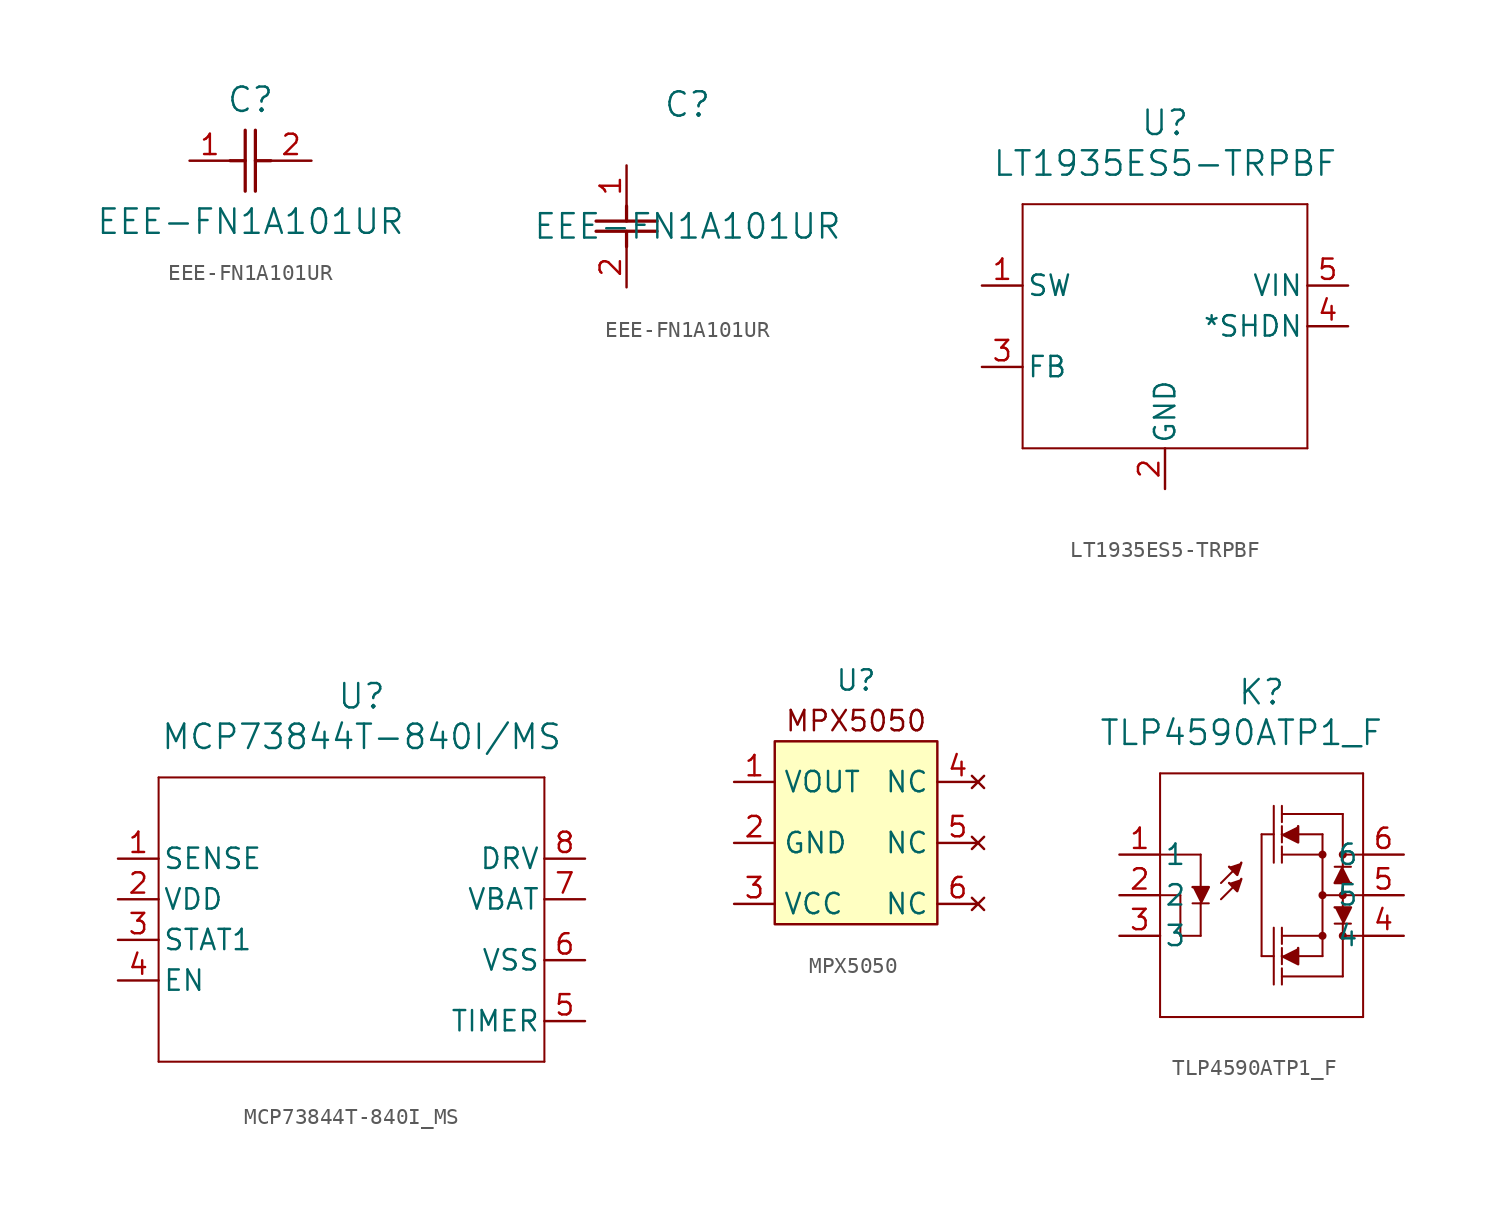
<source format=kicad_sym>
(kicad_symbol_lib
  (version 20220914)
  (generator kicad_symbol_editor)
  (symbol "EEE-FN1A101UR"
    (pin_names
      (offset 0.254))
    (property "Reference" "C"
      (at 3.81 3.81 0)
      (effects (font (size 1.524 1.524))))
    (property "Value" "EEE-FN1A101UR"
      (at 3.81 -3.81 0)
      (effects (font (size 1.524 1.524))))
    (property "ki_locked" ""
      (at 0 0 0)
      (effects (font (size 1.27 1.27))))
    (symbol "EEE-FN1A101UR_1_1"
      (polyline (pts (xy 2.54 0) (xy 3.48 0)) (stroke (width 0.203) (type default)) (fill (type none)))
      (polyline (pts (xy 3.48 -1.905) (xy 3.48 1.905)) (stroke (width 0.203) (type default)) (fill (type none)))
      (polyline (pts (xy 4.115 -1.905) (xy 4.115 1.905)) (stroke (width 0.203) (type default)) (fill (type none)))
      (polyline (pts (xy 4.115 0) (xy 5.08 0)) (stroke (width 0.203) (type default)) (fill (type none)))
      (pin unspecified line (at 0 0 0) (length 2.54) (name "" (effects (font (size 1.27 1.27)))) (number "1" (effects (font (size 1.27 1.27)))))
      (pin unspecified line (at 7.62 0 180) (length 2.54) (name "" (effects (font (size 1.27 1.27)))) (number "2" (effects (font (size 1.27 1.27))))))
    (symbol "EEE-FN1A101UR_1_2"
      (polyline (pts (xy -1.905 -4.115) (xy 1.905 -4.115)) (stroke (width 0.203) (type default)) (fill (type none)))
      (polyline (pts (xy -1.905 -3.48) (xy 1.905 -3.48)) (stroke (width 0.203) (type default)) (fill (type none)))
      (polyline (pts (xy 0 -4.115) (xy 0 -5.08)) (stroke (width 0.203) (type default)) (fill (type none)))
      (polyline (pts (xy 0 -2.54) (xy 0 -3.48)) (stroke (width 0.203) (type default)) (fill (type none)))
      (pin unspecified line (at 0 0 270) (length 2.54) (name "" (effects (font (size 1.27 1.27)))) (number "1" (effects (font (size 1.27 1.27)))))
      (pin unspecified line (at 0 -7.62 90) (length 2.54) (name "" (effects (font (size 1.27 1.27)))) (number "2" (effects (font (size 1.27 1.27)))))))
  (symbol "LT1935ES5-TRPBF"
    (pin_names
      (offset 0.254))
    (property "Reference" "U"
      (at 16.51 10.16 0)
      (effects (font (size 1.524 1.524))))
    (property "Value" "LT1935ES5-TRPBF"
      (at 16.51 7.62 0)
      (effects (font (size 1.524 1.524))))
    (property "ki_locked" ""
      (at 0 0 0)
      (effects (font (size 1.27 1.27))))
    (symbol "LT1935ES5-TRPBF_0_1"
      (polyline (pts (xy 7.62 -10.16) (xy 25.4 -10.16)) (stroke (width 0.127) (type default)) (fill (type none)))
      (polyline (pts (xy 7.62 5.08) (xy 7.62 -10.16)) (stroke (width 0.127) (type default)) (fill (type none)))
      (polyline (pts (xy 25.4 -10.16) (xy 25.4 5.08)) (stroke (width 0.127) (type default)) (fill (type none)))
      (polyline (pts (xy 25.4 5.08) (xy 7.62 5.08)) (stroke (width 0.127) (type default)) (fill (type none))))
    (symbol "LT1935ES5-TRPBF_1_1"
      (pin unspecified line (at 5.08 0 0) (length 2.54) (name "SW" (effects (font (size 1.27 1.27)))) (number "1" (effects (font (size 1.27 1.27)))))
      (pin power_in line (at 16.51 -12.7 90) (length 2.54) (name "GND" (effects (font (size 1.27 1.27)))) (number "2" (effects (font (size 1.27 1.27)))))
      (pin unspecified line (at 5.08 -5.08 0) (length 2.54) (name "FB" (effects (font (size 1.27 1.27)))) (number "3" (effects (font (size 1.27 1.27)))))
      (pin unspecified line (at 27.94 -2.54 180) (length 2.54) (name "*SHDN" (effects (font (size 1.27 1.27)))) (number "4" (effects (font (size 1.27 1.27)))))
      (pin input line (at 27.94 0 180) (length 2.54) (name "VIN" (effects (font (size 1.27 1.27)))) (number "5" (effects (font (size 1.27 1.27)))))))
  (symbol "MCP73844T-840I_MS"
    (pin_names
      (offset 0.254))
    (property "Reference" "U"
      (at 20.32 10.16 0)
      (effects (font (size 1.524 1.524))))
    (property "Value" "MCP73844T-840I/MS"
      (at 20.32 7.62 0)
      (effects (font (size 1.524 1.524))))
    (property "ki_locked" ""
      (at 0 0 0)
      (effects (font (size 1.27 1.27))))
    (symbol "MCP73844T-840I_MS_0_1"
      (polyline (pts (xy 7.62 -12.7) (xy 31.75 -12.7)) (stroke (width 0.127) (type default)) (fill (type none)))
      (polyline (pts (xy 7.62 5.08) (xy 7.62 -12.7)) (stroke (width 0.127) (type default)) (fill (type none)))
      (polyline (pts (xy 31.75 -12.7) (xy 31.75 5.08)) (stroke (width 0.127) (type default)) (fill (type none)))
      (polyline (pts (xy 31.75 5.08) (xy 7.62 5.08)) (stroke (width 0.127) (type default)) (fill (type none))))
    (symbol "MCP73844T-840I_MS_1_1"
      (pin unspecified line (at 5.08 0 0) (length 2.54) (name "SENSE" (effects (font (size 1.27 1.27)))) (number "1" (effects (font (size 1.27 1.27)))))
      (pin unspecified line (at 5.08 -2.54 0) (length 2.54) (name "VDD" (effects (font (size 1.27 1.27)))) (number "2" (effects (font (size 1.27 1.27)))))
      (pin unspecified line (at 5.08 -5.08 0) (length 2.54) (name "STAT1" (effects (font (size 1.27 1.27)))) (number "3" (effects (font (size 1.27 1.27)))))
      (pin unspecified line (at 5.08 -7.62 0) (length 2.54) (name "EN" (effects (font (size 1.27 1.27)))) (number "4" (effects (font (size 1.27 1.27)))))
      (pin unspecified line (at 34.29 -10.16 180) (length 2.54) (name "TIMER" (effects (font (size 1.27 1.27)))) (number "5" (effects (font (size 1.27 1.27)))))
      (pin unspecified line (at 34.29 -6.35 180) (length 2.54) (name "VSS" (effects (font (size 1.27 1.27)))) (number "6" (effects (font (size 1.27 1.27)))))
      (pin unspecified line (at 34.29 -2.54 180) (length 2.54) (name "VBAT" (effects (font (size 1.27 1.27)))) (number "7" (effects (font (size 1.27 1.27)))))
      (pin unspecified line (at 34.29 0 180) (length 2.54) (name "DRV" (effects (font (size 1.27 1.27)))) (number "8" (effects (font (size 1.27 1.27)))))))
  (symbol "MPX5050"
    (property "Reference" "U"
      (at 0 2.54 0)
      (effects (font (size 1.27 1.27))))
    (property "Value" ""
      (at 0 0 0)
      (effects (font (size 1.27 1.27))))
    (symbol "MPX5050_1_1"
      (rectangle (start -5.08 -1.27) (end 5.08 -12.7) (stroke (width 0) (type default)) (fill (type background)))
      (text "MPX5050" (at 0 0 0) (effects (font (size 1.27 1.27))))
      (pin output line (at -7.62 -3.81 0) (length 2.54) (name "VOUT" (effects (font (size 1.27 1.27)))) (number "1" (effects (font (size 1.27 1.27)))))
      (pin output line (at -7.62 -7.62 0) (length 2.54) (name "GND" (effects (font (size 1.27 1.27)))) (number "2" (effects (font (size 1.27 1.27)))))
      (pin input line (at -7.62 -11.43 0) (length 2.54) (name "VCC" (effects (font (size 1.27 1.27)))) (number "3" (effects (font (size 1.27 1.27)))))
      (pin no_connect line (at 7.62 -3.81 180) (length 2.54) (name "NC" (effects (font (size 1.27 1.27)))) (number "4" (effects (font (size 1.27 1.27)))))
      (pin no_connect line (at 7.62 -7.62 180) (length 2.54) (name "NC" (effects (font (size 1.27 1.27)))) (number "5" (effects (font (size 1.27 1.27)))))
      (pin no_connect line (at 7.62 -11.43 180) (length 2.54) (name "NC" (effects (font (size 1.27 1.27)))) (number "6" (effects (font (size 1.27 1.27)))))))
  (symbol "TLP4590ATP1_F"
    (pin_names
      (offset 0.254))
    (property "Reference" "K"
      (at 13.97 10.16 0)
      (effects (font (size 1.524 1.524))))
    (property "Value" "TLP4590ATP1_F"
      (at 12.7 7.62 0)
      (effects (font (size 1.524 1.524))))
    (property "ki_locked" ""
      (at 0 0 0)
      (effects (font (size 1.27 1.27))))
    (symbol "TLP4590ATP1_F_0_1"
      (polyline (pts (xy 7.62 -10.16) (xy 20.32 -10.16)) (stroke (width 0.127) (type default)) (fill (type none)))
      (polyline (pts (xy 7.62 -2.54) (xy 8.89 -2.54)) (stroke (width 0.127) (type default)) (fill (type none)))
      (polyline (pts (xy 7.62 5.08) (xy 7.62 -10.16)) (stroke (width 0.127) (type default)) (fill (type none)))
      (polyline (pts (xy 8.89 -2.54) (xy 8.89 -5.08)) (stroke (width 0.127) (type default)) (fill (type none)))
      (polyline (pts (xy 10.16 -5.08) (xy 8.89 -5.08)) (stroke (width 0.127) (type default)) (fill (type none)))
      (polyline (pts (xy 10.16 -3.048) (xy 10.16 -5.08)) (stroke (width 0.127) (type default)) (fill (type none)))
      (polyline (pts (xy 10.16 -2.032) (xy 10.16 0)) (stroke (width 0.127) (type default)) (fill (type none)))
      (polyline (pts (xy 10.16 0) (xy 7.62 0)) (stroke (width 0.127) (type default)) (fill (type none)))
      (polyline (pts (xy 10.668 -3.048) (xy 9.652 -3.048)) (stroke (width 0.127) (type default)) (fill (type none)))
      (polyline (pts (xy 11.43 -2.794) (xy 12.192 -2.032)) (stroke (width 0.127) (type default)) (fill (type none)))
      (polyline (pts (xy 11.43 -1.778) (xy 12.192 -1.016)) (stroke (width 0.127) (type default)) (fill (type none)))
      (polyline (pts (xy 13.97 -6.35) (xy 14.732 -6.35)) (stroke (width 0.127) (type default)) (fill (type none)))
      (polyline (pts (xy 13.97 1.27) (xy 13.97 -6.35)) (stroke (width 0.127) (type default)) (fill (type none)))
      (polyline (pts (xy 13.97 1.27) (xy 14.732 1.27)) (stroke (width 0.127) (type default)) (fill (type none)))
      (polyline (pts (xy 14.732 -4.572) (xy 14.732 -8.128)) (stroke (width 0.127) (type default)) (fill (type none)))
      (polyline (pts (xy 14.732 3.048) (xy 14.732 -0.508)) (stroke (width 0.127) (type default)) (fill (type none)))
      (polyline (pts (xy 15.24 -7.112) (xy 15.24 -8.128)) (stroke (width 0.127) (type default)) (fill (type none)))
      (polyline (pts (xy 15.24 -5.842) (xy 15.24 -6.858)) (stroke (width 0.127) (type default)) (fill (type none)))
      (polyline (pts (xy 15.24 -5.08) (xy 17.78 -5.08)) (stroke (width 0.127) (type default)) (fill (type none)))
      (polyline (pts (xy 15.24 -4.572) (xy 15.24 -5.588)) (stroke (width 0.127) (type default)) (fill (type none)))
      (polyline (pts (xy 15.24 0) (xy 17.78 0)) (stroke (width 0.127) (type default)) (fill (type none)))
      (polyline (pts (xy 15.24 0.508) (xy 15.24 -0.508)) (stroke (width 0.127) (type default)) (fill (type none)))
      (polyline (pts (xy 15.24 1.778) (xy 15.24 0.762)) (stroke (width 0.127) (type default)) (fill (type none)))
      (polyline (pts (xy 15.24 2.54) (xy 19.05 2.54)) (stroke (width 0.127) (type default)) (fill (type none)))
      (polyline (pts (xy 15.24 3.048) (xy 15.24 2.032)) (stroke (width 0.127) (type default)) (fill (type none)))
      (polyline (pts (xy 15.748 1.27) (xy 17.78 1.27)) (stroke (width 0.127) (type default)) (fill (type none)))
      (polyline (pts (xy 17.78 -6.35) (xy 15.494 -6.35)) (stroke (width 0.127) (type default)) (fill (type none)))
      (polyline (pts (xy 17.78 -2.54) (xy 20.32 -2.54)) (stroke (width 0.127) (type default)) (fill (type none)))
      (polyline (pts (xy 17.78 1.27) (xy 17.78 -6.35)) (stroke (width 0.127) (type default)) (fill (type none)))
      (polyline (pts (xy 18.542 -0.762) (xy 19.558 -0.762)) (stroke (width 0.127) (type default)) (fill (type none)))
      (polyline (pts (xy 19.05 -7.62) (xy 15.24 -7.62)) (stroke (width 0.127) (type default)) (fill (type none)))
      (polyline (pts (xy 19.05 -4.318) (xy 19.05 -7.62)) (stroke (width 0.127) (type default)) (fill (type none)))
      (polyline (pts (xy 19.05 -1.778) (xy 19.05 -3.556)) (stroke (width 0.127) (type default)) (fill (type none)))
      (polyline (pts (xy 19.05 0) (xy 20.32 0)) (stroke (width 0.127) (type default)) (fill (type none)))
      (polyline (pts (xy 19.05 2.54) (xy 19.05 -0.762)) (stroke (width 0.127) (type default)) (fill (type none)))
      (polyline (pts (xy 19.558 -4.318) (xy 18.542 -4.318)) (stroke (width 0.127) (type default)) (fill (type none)))
      (polyline (pts (xy 20.32 -10.16) (xy 20.32 5.08)) (stroke (width 0.127) (type default)) (fill (type none)))
      (polyline (pts (xy 20.32 -5.08) (xy 19.05 -5.08)) (stroke (width 0.127) (type default)) (fill (type none)))
      (polyline (pts (xy 20.32 5.08) (xy 7.62 5.08)) (stroke (width 0.127) (type default)) (fill (type none)))
      (polyline (pts (xy 10.16 -3.048) (xy 10.668 -2.032) (xy 9.652 -2.032)) (stroke (width 0) (type default)) (fill (type outline)))
      (polyline (pts (xy 11.938 -1.778) (xy 12.446 -2.286) (xy 12.7 -1.524)) (stroke (width 0) (type default)) (fill (type outline)))
      (polyline (pts (xy 11.938 -0.762) (xy 12.446 -1.27) (xy 12.7 -0.508)) (stroke (width 0) (type default)) (fill (type outline)))
      (polyline (pts (xy 15.24 -6.35) (xy 16.256 -6.858) (xy 16.256 -5.842)) (stroke (width 0) (type default)) (fill (type outline)))
      (polyline (pts (xy 15.24 1.27) (xy 16.256 0.762) (xy 16.256 1.778)) (stroke (width 0) (type default)) (fill (type outline)))
      (polyline (pts (xy 19.05 -4.318) (xy 19.558 -3.302) (xy 18.542 -3.302)) (stroke (width 0) (type default)) (fill (type outline)))
      (polyline (pts (xy 19.05 -0.762) (xy 18.542 -1.778) (xy 19.558 -1.778)) (stroke (width 0) (type default)) (fill (type outline)))
      (circle (center 17.78 -5.08) (radius 0.127) (stroke (width 0.254) (type default)) (fill (type none)))
      (circle (center 17.78 -2.54) (radius 0.127) (stroke (width 0.254) (type default)) (fill (type none)))
      (circle (center 17.78 0) (radius 0.127) (stroke (width 0.254) (type default)) (fill (type none)))
      (circle (center 19.05 -5.08) (radius 0.127) (stroke (width 0.254) (type default)) (fill (type none)))
      (circle (center 19.05 -2.54) (radius 0.127) (stroke (width 0.254) (type default)) (fill (type none)))
      (circle (center 19.05 0) (radius 0.127) (stroke (width 0.254) (type default)) (fill (type none))))
    (symbol "TLP4590ATP1_F_1_1"
      (pin unspecified line (at 5.08 0 0) (length 2.54) (name "1" (effects (font (size 1.27 1.27)))) (number "1" (effects (font (size 1.27 1.27)))))
      (pin unspecified line (at 5.08 -2.54 0) (length 2.54) (name "2" (effects (font (size 1.27 1.27)))) (number "2" (effects (font (size 1.27 1.27)))))
      (pin unspecified line (at 5.08 -5.08 0) (length 2.54) (name "3" (effects (font (size 1.27 1.27)))) (number "3" (effects (font (size 1.27 1.27)))))
      (pin unspecified line (at 22.86 -5.08 180) (length 2.54) (name "4" (effects (font (size 1.27 1.27)))) (number "4" (effects (font (size 1.27 1.27)))))
      (pin unspecified line (at 22.86 -2.54 180) (length 2.54) (name "5" (effects (font (size 1.27 1.27)))) (number "5" (effects (font (size 1.27 1.27)))))
      (pin unspecified line (at 22.86 0 180) (length 2.54) (name "6" (effects (font (size 1.27 1.27)))) (number "6" (effects (font (size 1.27 1.27))))))))
</source>
